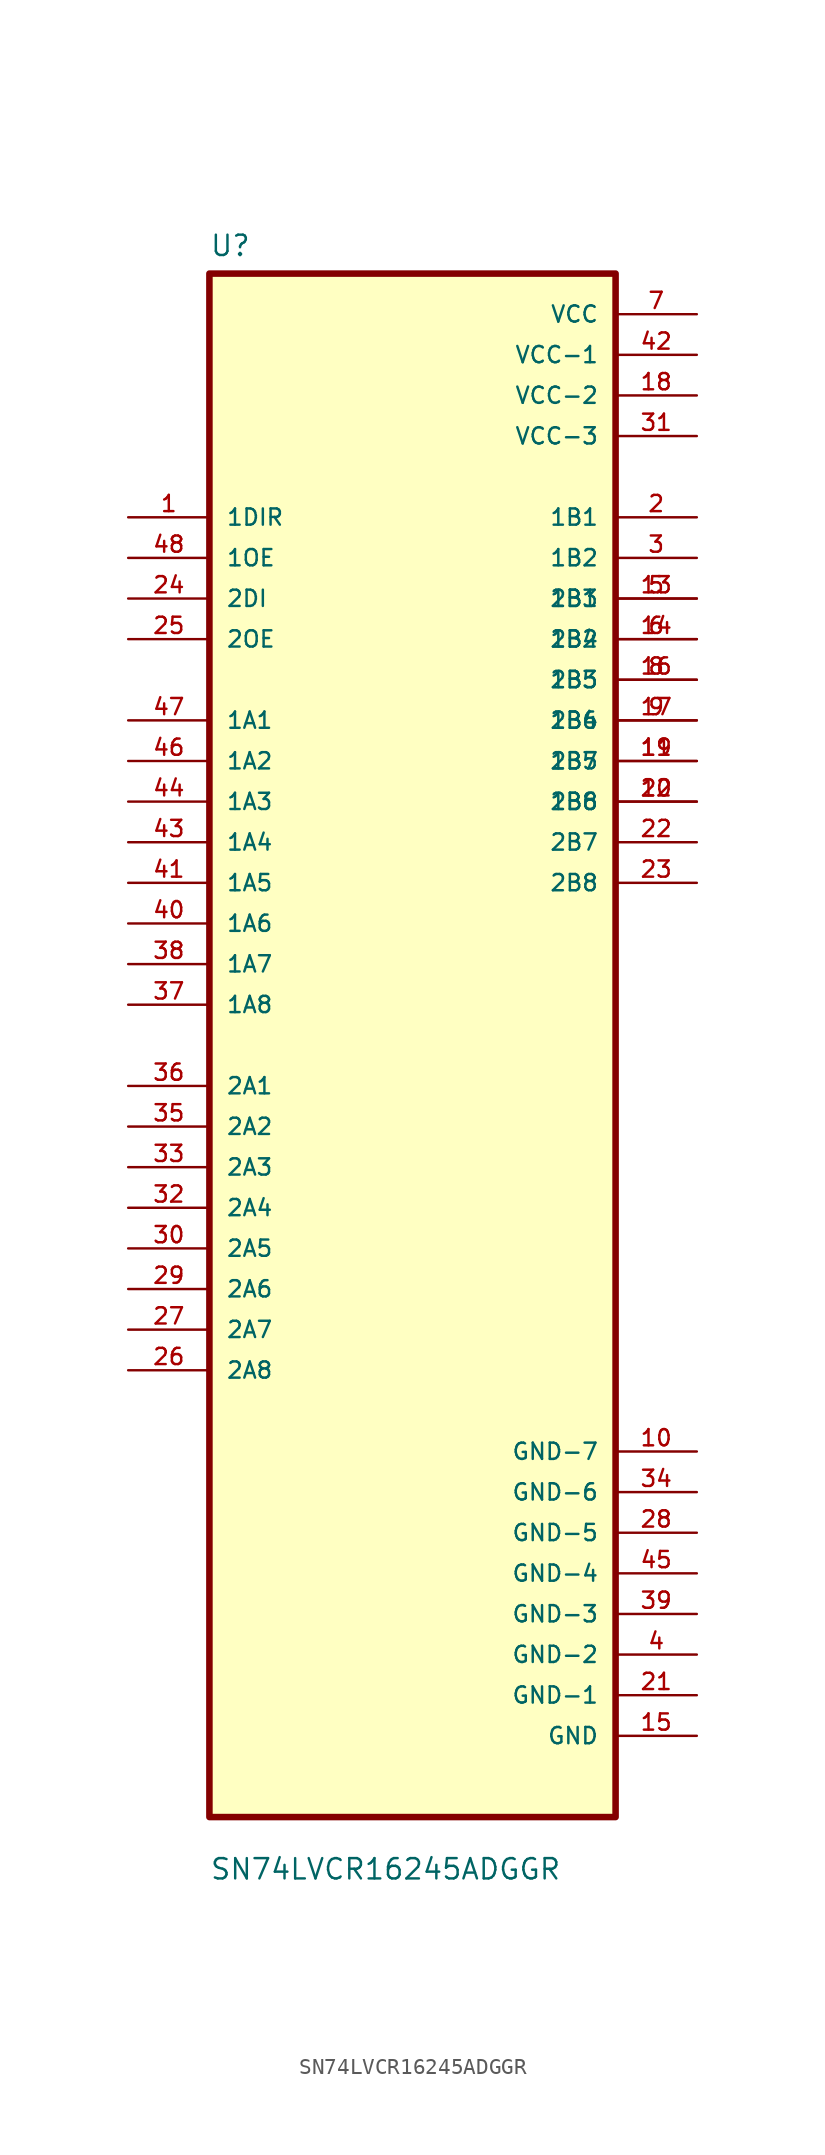
<source format=kicad_sym>
(kicad_symbol_lib
  (version 20211014)
  (generator kicad_symbol_editor)
  (symbol "SN74LVCR16245ADGGR"
    (pin_names
      (offset 1.016))
    (property "Reference" "U"
      (at -12.7 49.26 0.0)
      (effects (font (size 1.27 1.27)) (justify bottom left)))
    (property "Value" "SN74LVCR16245ADGGR"
      (at -12.7 -52.26 0.0)
      (effects (font (size 1.27 1.27)) (justify bottom left)))
    (symbol "SN74LVCR16245ADGGR_0_0"
      (rectangle (start -12.7 -48.26) (end 12.7 48.26) (stroke (width 0.41)) (fill (type background)))
      (pin input line (at -17.78 33.02 0) (length 5.08) (name "1DIR" (effects (font (size 1.016 1.016)))) (number "1" (effects (font (size 1.016 1.016)))))
      (pin input line (at -17.78 30.48 0) (length 5.08) (name "1OE" (effects (font (size 1.016 1.016)))) (number "48" (effects (font (size 1.016 1.016)))))
      (pin input line (at -17.78 27.94 0) (length 5.08) (name "2DI" (effects (font (size 1.016 1.016)))) (number "24" (effects (font (size 1.016 1.016)))))
      (pin input line (at -17.78 25.4 0) (length 5.08) (name "2OE" (effects (font (size 1.016 1.016)))) (number "25" (effects (font (size 1.016 1.016)))))
      (pin bidirectional line (at -17.78 20.32 0) (length 5.08) (name "1A1" (effects (font (size 1.016 1.016)))) (number "47" (effects (font (size 1.016 1.016)))))
      (pin bidirectional line (at -17.78 17.78 0) (length 5.08) (name "1A2" (effects (font (size 1.016 1.016)))) (number "46" (effects (font (size 1.016 1.016)))))
      (pin bidirectional line (at -17.78 15.24 0) (length 5.08) (name "1A3" (effects (font (size 1.016 1.016)))) (number "44" (effects (font (size 1.016 1.016)))))
      (pin bidirectional line (at -17.78 12.7 0) (length 5.08) (name "1A4" (effects (font (size 1.016 1.016)))) (number "43" (effects (font (size 1.016 1.016)))))
      (pin bidirectional line (at -17.78 10.16 0) (length 5.08) (name "1A5" (effects (font (size 1.016 1.016)))) (number "41" (effects (font (size 1.016 1.016)))))
      (pin bidirectional line (at -17.78 7.62 0) (length 5.08) (name "1A6" (effects (font (size 1.016 1.016)))) (number "40" (effects (font (size 1.016 1.016)))))
      (pin bidirectional line (at -17.78 5.08 0) (length 5.08) (name "1A7" (effects (font (size 1.016 1.016)))) (number "38" (effects (font (size 1.016 1.016)))))
      (pin bidirectional line (at -17.78 2.54 0) (length 5.08) (name "1A8" (effects (font (size 1.016 1.016)))) (number "37" (effects (font (size 1.016 1.016)))))
      (pin bidirectional line (at -17.78 -2.54 0) (length 5.08) (name "2A1" (effects (font (size 1.016 1.016)))) (number "36" (effects (font (size 1.016 1.016)))))
      (pin bidirectional line (at -17.78 -5.08 0) (length 5.08) (name "2A2" (effects (font (size 1.016 1.016)))) (number "35" (effects (font (size 1.016 1.016)))))
      (pin bidirectional line (at -17.78 -7.62 0) (length 5.08) (name "2A3" (effects (font (size 1.016 1.016)))) (number "33" (effects (font (size 1.016 1.016)))))
      (pin bidirectional line (at -17.78 -10.16 0) (length 5.08) (name "2A4" (effects (font (size 1.016 1.016)))) (number "32" (effects (font (size 1.016 1.016)))))
      (pin bidirectional line (at -17.78 -12.7 0) (length 5.08) (name "2A5" (effects (font (size 1.016 1.016)))) (number "30" (effects (font (size 1.016 1.016)))))
      (pin bidirectional line (at -17.78 -15.24 0) (length 5.08) (name "2A6" (effects (font (size 1.016 1.016)))) (number "29" (effects (font (size 1.016 1.016)))))
      (pin bidirectional line (at -17.78 -17.78 0) (length 5.08) (name "2A7" (effects (font (size 1.016 1.016)))) (number "27" (effects (font (size 1.016 1.016)))))
      (pin bidirectional line (at -17.78 -20.32 0) (length 5.08) (name "2A8" (effects (font (size 1.016 1.016)))) (number "26" (effects (font (size 1.016 1.016)))))
      (pin power_in line (at 17.78 45.72 180.0) (length 5.08) (name "VCC" (effects (font (size 1.016 1.016)))) (number "7" (effects (font (size 1.016 1.016)))))
      (pin power_in line (at 17.78 43.18 180.0) (length 5.08) (name "VCC-1" (effects (font (size 1.016 1.016)))) (number "42" (effects (font (size 1.016 1.016)))))
      (pin power_in line (at 17.78 40.64 180.0) (length 5.08) (name "VCC-2" (effects (font (size 1.016 1.016)))) (number "18" (effects (font (size 1.016 1.016)))))
      (pin power_in line (at 17.78 38.1 180.0) (length 5.08) (name "VCC-3" (effects (font (size 1.016 1.016)))) (number "31" (effects (font (size 1.016 1.016)))))
      (pin bidirectional line (at 17.78 33.02 180.0) (length 5.08) (name "1B1" (effects (font (size 1.016 1.016)))) (number "2" (effects (font (size 1.016 1.016)))))
      (pin bidirectional line (at 17.78 30.48 180.0) (length 5.08) (name "1B2" (effects (font (size 1.016 1.016)))) (number "3" (effects (font (size 1.016 1.016)))))
      (pin bidirectional line (at 17.78 27.94 180.0) (length 5.08) (name "1B3" (effects (font (size 1.016 1.016)))) (number "5" (effects (font (size 1.016 1.016)))))
      (pin bidirectional line (at 17.78 25.4 180.0) (length 5.08) (name "1B4" (effects (font (size 1.016 1.016)))) (number "6" (effects (font (size 1.016 1.016)))))
      (pin bidirectional line (at 17.78 22.86 180.0) (length 5.08) (name "1B5" (effects (font (size 1.016 1.016)))) (number "8" (effects (font (size 1.016 1.016)))))
      (pin bidirectional line (at 17.78 20.32 180.0) (length 5.08) (name "1B6" (effects (font (size 1.016 1.016)))) (number "9" (effects (font (size 1.016 1.016)))))
      (pin bidirectional line (at 17.78 17.78 180.0) (length 5.08) (name "1B7" (effects (font (size 1.016 1.016)))) (number "11" (effects (font (size 1.016 1.016)))))
      (pin bidirectional line (at 17.78 15.24 180.0) (length 5.08) (name "1B8" (effects (font (size 1.016 1.016)))) (number "12" (effects (font (size 1.016 1.016)))))
      (pin bidirectional line (at 17.78 27.94 180.0) (length 5.08) (name "2B1" (effects (font (size 1.016 1.016)))) (number "13" (effects (font (size 1.016 1.016)))))
      (pin bidirectional line (at 17.78 25.4 180.0) (length 5.08) (name "2B2" (effects (font (size 1.016 1.016)))) (number "14" (effects (font (size 1.016 1.016)))))
      (pin bidirectional line (at 17.78 22.86 180.0) (length 5.08) (name "2B3" (effects (font (size 1.016 1.016)))) (number "16" (effects (font (size 1.016 1.016)))))
      (pin bidirectional line (at 17.78 20.32 180.0) (length 5.08) (name "2B4" (effects (font (size 1.016 1.016)))) (number "17" (effects (font (size 1.016 1.016)))))
      (pin bidirectional line (at 17.78 17.78 180.0) (length 5.08) (name "2B5" (effects (font (size 1.016 1.016)))) (number "19" (effects (font (size 1.016 1.016)))))
      (pin bidirectional line (at 17.78 15.24 180.0) (length 5.08) (name "2B6" (effects (font (size 1.016 1.016)))) (number "20" (effects (font (size 1.016 1.016)))))
      (pin bidirectional line (at 17.78 12.7 180.0) (length 5.08) (name "2B7" (effects (font (size 1.016 1.016)))) (number "22" (effects (font (size 1.016 1.016)))))
      (pin bidirectional line (at 17.78 10.16 180.0) (length 5.08) (name "2B8" (effects (font (size 1.016 1.016)))) (number "23" (effects (font (size 1.016 1.016)))))
      (pin power_in line (at 17.78 -25.4 180.0) (length 5.08) (name "GND-7" (effects (font (size 1.016 1.016)))) (number "10" (effects (font (size 1.016 1.016)))))
      (pin power_in line (at 17.78 -27.94 180.0) (length 5.08) (name "GND-6" (effects (font (size 1.016 1.016)))) (number "34" (effects (font (size 1.016 1.016)))))
      (pin power_in line (at 17.78 -30.48 180.0) (length 5.08) (name "GND-5" (effects (font (size 1.016 1.016)))) (number "28" (effects (font (size 1.016 1.016)))))
      (pin power_in line (at 17.78 -33.02 180.0) (length 5.08) (name "GND-4" (effects (font (size 1.016 1.016)))) (number "45" (effects (font (size 1.016 1.016)))))
      (pin power_in line (at 17.78 -35.56 180.0) (length 5.08) (name "GND-3" (effects (font (size 1.016 1.016)))) (number "39" (effects (font (size 1.016 1.016)))))
      (pin power_in line (at 17.78 -38.1 180.0) (length 5.08) (name "GND-2" (effects (font (size 1.016 1.016)))) (number "4" (effects (font (size 1.016 1.016)))))
      (pin power_in line (at 17.78 -40.64 180.0) (length 5.08) (name "GND-1" (effects (font (size 1.016 1.016)))) (number "21" (effects (font (size 1.016 1.016)))))
      (pin power_in line (at 17.78 -43.18 180.0) (length 5.08) (name "GND" (effects (font (size 1.016 1.016)))) (number "15" (effects (font (size 1.016 1.016))))))))
</source>
